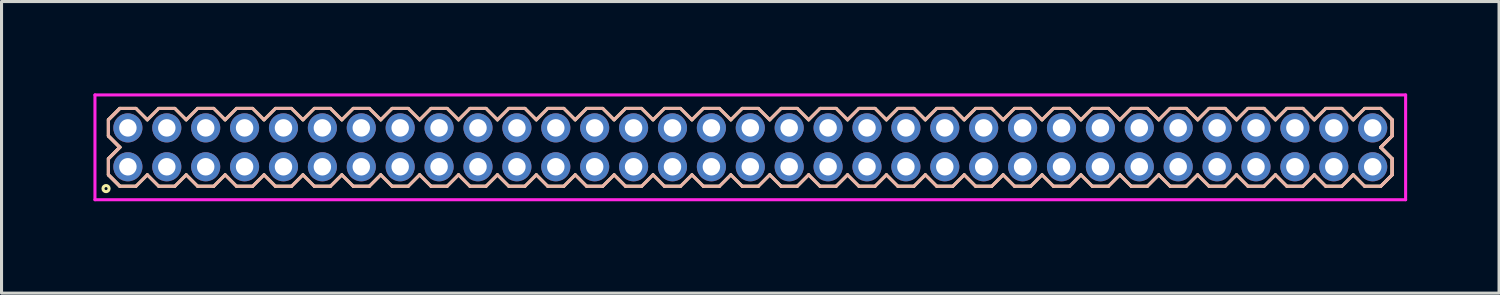
<source format=kicad_pcb>
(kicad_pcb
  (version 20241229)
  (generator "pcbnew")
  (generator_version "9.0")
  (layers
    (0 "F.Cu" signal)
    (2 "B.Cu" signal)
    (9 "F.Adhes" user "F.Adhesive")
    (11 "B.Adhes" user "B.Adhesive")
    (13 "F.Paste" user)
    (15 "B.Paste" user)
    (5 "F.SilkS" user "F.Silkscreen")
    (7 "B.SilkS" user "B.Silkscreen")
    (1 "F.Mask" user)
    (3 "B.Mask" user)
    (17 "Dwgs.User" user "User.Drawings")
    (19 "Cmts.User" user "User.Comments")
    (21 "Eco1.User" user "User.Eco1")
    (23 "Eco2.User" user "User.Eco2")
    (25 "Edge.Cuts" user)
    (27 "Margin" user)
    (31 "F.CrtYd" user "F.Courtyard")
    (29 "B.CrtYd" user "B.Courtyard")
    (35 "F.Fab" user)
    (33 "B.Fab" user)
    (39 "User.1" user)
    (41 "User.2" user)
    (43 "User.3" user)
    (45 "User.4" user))
  (footprint "HDR127P33x2"
    (layer "F.Cu")
    (at 21.445 1.76)
    (property "Reference" "HDR127P33x2" (at 0 0 0) (layer "User.1") (effects (font (size 1 1) (thickness 0.1))))
    (attr through_hole)
    (fp_line (start -20.955 -0.898) (end -20.583 -1.27) (stroke (width 0.1) (type solid)) (layer "F.SilkS"))
    (fp_line (start -20.955 -0.898) (end -20.583 -1.27) (stroke (width 0.1) (type solid)) (layer "F.SilkS"))
    (fp_line (start -20.955 -0.372) (end -20.955 -0.898) (stroke (width 0.1) (type solid)) (layer "F.SilkS"))
    (fp_line (start -20.955 -0.372) (end -20.955 -0.898) (stroke (width 0.1) (type solid)) (layer "F.SilkS"))
    (fp_line (start -20.955 0.372) (end -20.583 0) (stroke (width 0.1) (type solid)) (layer "F.SilkS"))
    (fp_line (start -20.955 0.372) (end -20.583 0) (stroke (width 0.1) (type solid)) (layer "F.SilkS"))
    (fp_line (start -20.955 0.898) (end -20.955 0.372) (stroke (width 0.1) (type solid)) (layer "F.SilkS"))
    (fp_line (start -20.955 0.898) (end -20.955 0.372) (stroke (width 0.1) (type solid)) (layer "F.SilkS"))
    (fp_line (start -20.583 -1.27) (end -20.057 -1.27) (stroke (width 0.1) (type solid)) (layer "F.SilkS"))
    (fp_line (start -20.583 0) (end -20.955 -0.372) (stroke (width 0.1) (type solid)) (layer "F.SilkS"))
    (fp_line (start -20.583 0) (end -20.955 -0.372) (stroke (width 0.1) (type solid)) (layer "F.SilkS"))
    (fp_line (start -20.583 1.27) (end -20.955 0.898) (stroke (width 0.1) (type solid)) (layer "F.SilkS"))
    (fp_line (start -20.583 1.27) (end -20.955 0.898) (stroke (width 0.1) (type solid)) (layer "F.SilkS"))
    (fp_line (start -20.057 -1.27) (end -19.685 -0.898) (stroke (width 0.1) (type solid)) (layer "F.SilkS"))
    (fp_line (start -20.057 1.27) (end -20.583 1.27) (stroke (width 0.1) (type solid)) (layer "F.SilkS"))
    (fp_line (start -19.685 -0.898) (end -19.313 -1.27) (stroke (width 0.1) (type solid)) (layer "F.SilkS"))
    (fp_line (start -19.685 0.898) (end -20.057 1.27) (stroke (width 0.1) (type solid)) (layer "F.SilkS"))
    (fp_line (start -19.313 -1.27) (end -18.787 -1.27) (stroke (width 0.1) (type solid)) (layer "F.SilkS"))
    (fp_line (start -19.313 1.27) (end -19.685 0.898) (stroke (width 0.1) (type solid)) (layer "F.SilkS"))
    (fp_line (start -18.787 -1.27) (end -18.415 -0.898) (stroke (width 0.1) (type solid)) (layer "F.SilkS"))
    (fp_line (start -18.787 1.27) (end -19.313 1.27) (stroke (width 0.1) (type solid)) (layer "F.SilkS"))
    (fp_line (start -18.415 -0.898) (end -18.043 -1.27) (stroke (width 0.1) (type solid)) (layer "F.SilkS"))
    (fp_line (start -18.415 0.898) (end -18.787 1.27) (stroke (width 0.1) (type solid)) (layer "F.SilkS"))
    (fp_line (start -18.043 -1.27) (end -17.517 -1.27) (stroke (width 0.1) (type solid)) (layer "F.SilkS"))
    (fp_line (start -18.043 1.27) (end -18.415 0.898) (stroke (width 0.1) (type solid)) (layer "F.SilkS"))
    (fp_line (start -17.517 -1.27) (end -17.145 -0.898) (stroke (width 0.1) (type solid)) (layer "F.SilkS"))
    (fp_line (start -17.517 1.27) (end -18.043 1.27) (stroke (width 0.1) (type solid)) (layer "F.SilkS"))
    (fp_line (start -17.145 -0.898) (end -16.773 -1.27) (stroke (width 0.1) (type solid)) (layer "F.SilkS"))
    (fp_line (start -17.145 0.898) (end -17.517 1.27) (stroke (width 0.1) (type solid)) (layer "F.SilkS"))
    (fp_line (start -16.773 -1.27) (end -16.247 -1.27) (stroke (width 0.1) (type solid)) (layer "F.SilkS"))
    (fp_line (start -16.773 1.27) (end -17.145 0.898) (stroke (width 0.1) (type solid)) (layer "F.SilkS"))
    (fp_line (start -16.247 -1.27) (end -15.875 -0.898) (stroke (width 0.1) (type solid)) (layer "F.SilkS"))
    (fp_line (start -16.247 1.27) (end -16.773 1.27) (stroke (width 0.1) (type solid)) (layer "F.SilkS"))
    (fp_line (start -15.875 -0.898) (end -15.503 -1.27) (stroke (width 0.1) (type solid)) (layer "F.SilkS"))
    (fp_line (start -15.875 0.898) (end -16.247 1.27) (stroke (width 0.1) (type solid)) (layer "F.SilkS"))
    (fp_line (start -15.503 -1.27) (end -14.977 -1.27) (stroke (width 0.1) (type solid)) (layer "F.SilkS"))
    (fp_line (start -15.503 1.27) (end -15.875 0.898) (stroke (width 0.1) (type solid)) (layer "F.SilkS"))
    (fp_line (start -14.977 -1.27) (end -14.605 -0.898) (stroke (width 0.1) (type solid)) (layer "F.SilkS"))
    (fp_line (start -14.977 1.27) (end -15.503 1.27) (stroke (width 0.1) (type solid)) (layer "F.SilkS"))
    (fp_line (start -14.605 -0.898) (end -14.233 -1.27) (stroke (width 0.1) (type solid)) (layer "F.SilkS"))
    (fp_line (start -14.605 0.898) (end -14.977 1.27) (stroke (width 0.1) (type solid)) (layer "F.SilkS"))
    (fp_line (start -14.233 -1.27) (end -13.707 -1.27) (stroke (width 0.1) (type solid)) (layer "F.SilkS"))
    (fp_line (start -14.233 1.27) (end -14.605 0.898) (stroke (width 0.1) (type solid)) (layer "F.SilkS"))
    (fp_line (start -13.707 -1.27) (end -13.335 -0.898) (stroke (width 0.1) (type solid)) (layer "F.SilkS"))
    (fp_line (start -13.707 1.27) (end -14.233 1.27) (stroke (width 0.1) (type solid)) (layer "F.SilkS"))
    (fp_line (start -13.335 -0.898) (end -12.963 -1.27) (stroke (width 0.1) (type solid)) (layer "F.SilkS"))
    (fp_line (start -13.335 0.898) (end -13.707 1.27) (stroke (width 0.1) (type solid)) (layer "F.SilkS"))
    (fp_line (start -12.963 -1.27) (end -12.437 -1.27) (stroke (width 0.1) (type solid)) (layer "F.SilkS"))
    (fp_line (start -12.963 1.27) (end -13.335 0.898) (stroke (width 0.1) (type solid)) (layer "F.SilkS"))
    (fp_line (start -12.437 -1.27) (end -12.065 -0.898) (stroke (width 0.1) (type solid)) (layer "F.SilkS"))
    (fp_line (start -12.437 1.27) (end -12.963 1.27) (stroke (width 0.1) (type solid)) (layer "F.SilkS"))
    (fp_line (start -12.065 -0.898) (end -11.693 -1.27) (stroke (width 0.1) (type solid)) (layer "F.SilkS"))
    (fp_line (start -12.065 0.898) (end -12.437 1.27) (stroke (width 0.1) (type solid)) (layer "F.SilkS"))
    (fp_line (start -11.693 -1.27) (end -11.167 -1.27) (stroke (width 0.1) (type solid)) (layer "F.SilkS"))
    (fp_line (start -11.693 1.27) (end -12.065 0.898) (stroke (width 0.1) (type solid)) (layer "F.SilkS"))
    (fp_line (start -11.167 -1.27) (end -10.795 -0.898) (stroke (width 0.1) (type solid)) (layer "F.SilkS"))
    (fp_line (start -11.167 1.27) (end -11.693 1.27) (stroke (width 0.1) (type solid)) (layer "F.SilkS"))
    (fp_line (start -10.795 -0.898) (end -10.423 -1.27) (stroke (width 0.1) (type solid)) (layer "F.SilkS"))
    (fp_line (start -10.795 0.898) (end -11.167 1.27) (stroke (width 0.1) (type solid)) (layer "F.SilkS"))
    (fp_line (start -10.423 -1.27) (end -9.897 -1.27) (stroke (width 0.1) (type solid)) (layer "F.SilkS"))
    (fp_line (start -10.423 1.27) (end -10.795 0.898) (stroke (width 0.1) (type solid)) (layer "F.SilkS"))
    (fp_line (start -9.897 -1.27) (end -9.525 -0.898) (stroke (width 0.1) (type solid)) (layer "F.SilkS"))
    (fp_line (start -9.897 1.27) (end -10.423 1.27) (stroke (width 0.1) (type solid)) (layer "F.SilkS"))
    (fp_line (start -9.525 -0.898) (end -9.153 -1.27) (stroke (width 0.1) (type solid)) (layer "F.SilkS"))
    (fp_line (start -9.525 0.898) (end -9.897 1.27) (stroke (width 0.1) (type solid)) (layer "F.SilkS"))
    (fp_line (start -9.153 -1.27) (end -8.627 -1.27) (stroke (width 0.1) (type solid)) (layer "F.SilkS"))
    (fp_line (start -9.153 1.27) (end -9.525 0.898) (stroke (width 0.1) (type solid)) (layer "F.SilkS"))
    (fp_line (start -8.627 -1.27) (end -8.255 -0.898) (stroke (width 0.1) (type solid)) (layer "F.SilkS"))
    (fp_line (start -8.627 1.27) (end -9.153 1.27) (stroke (width 0.1) (type solid)) (layer "F.SilkS"))
    (fp_line (start -8.255 -0.898) (end -7.883 -1.27) (stroke (width 0.1) (type solid)) (layer "F.SilkS"))
    (fp_line (start -8.255 0.898) (end -8.627 1.27) (stroke (width 0.1) (type solid)) (layer "F.SilkS"))
    (fp_line (start -7.883 -1.27) (end -7.357 -1.27) (stroke (width 0.1) (type solid)) (layer "F.SilkS"))
    (fp_line (start -7.883 1.27) (end -8.255 0.898) (stroke (width 0.1) (type solid)) (layer "F.SilkS"))
    (fp_line (start -7.357 -1.27) (end -6.985 -0.898) (stroke (width 0.1) (type solid)) (layer "F.SilkS"))
    (fp_line (start -7.357 1.27) (end -7.883 1.27) (stroke (width 0.1) (type solid)) (layer "F.SilkS"))
    (fp_line (start -6.985 -0.898) (end -6.613 -1.27) (stroke (width 0.1) (type solid)) (layer "F.SilkS"))
    (fp_line (start -6.985 0.898) (end -7.357 1.27) (stroke (width 0.1) (type solid)) (layer "F.SilkS"))
    (fp_line (start -6.613 -1.27) (end -6.087 -1.27) (stroke (width 0.1) (type solid)) (layer "F.SilkS"))
    (fp_line (start -6.613 1.27) (end -6.985 0.898) (stroke (width 0.1) (type solid)) (layer "F.SilkS"))
    (fp_line (start -6.087 -1.27) (end -5.715 -0.898) (stroke (width 0.1) (type solid)) (layer "F.SilkS"))
    (fp_line (start -6.087 1.27) (end -6.613 1.27) (stroke (width 0.1) (type solid)) (layer "F.SilkS"))
    (fp_line (start -5.715 -0.898) (end -5.343 -1.27) (stroke (width 0.1) (type solid)) (layer "F.SilkS"))
    (fp_line (start -5.715 0.898) (end -6.087 1.27) (stroke (width 0.1) (type solid)) (layer "F.SilkS"))
    (fp_line (start -5.343 -1.27) (end -4.817 -1.27) (stroke (width 0.1) (type solid)) (layer "F.SilkS"))
    (fp_line (start -5.343 1.27) (end -5.715 0.898) (stroke (width 0.1) (type solid)) (layer "F.SilkS"))
    (fp_line (start -4.817 -1.27) (end -4.445 -0.898) (stroke (width 0.1) (type solid)) (layer "F.SilkS"))
    (fp_line (start -4.817 1.27) (end -5.343 1.27) (stroke (width 0.1) (type solid)) (layer "F.SilkS"))
    (fp_line (start -4.445 -0.898) (end -4.073 -1.27) (stroke (width 0.1) (type solid)) (layer "F.SilkS"))
    (fp_line (start -4.445 0.898) (end -4.817 1.27) (stroke (width 0.1) (type solid)) (layer "F.SilkS"))
    (fp_line (start -4.073 -1.27) (end -3.547 -1.27) (stroke (width 0.1) (type solid)) (layer "F.SilkS"))
    (fp_line (start -4.073 1.27) (end -4.445 0.898) (stroke (width 0.1) (type solid)) (layer "F.SilkS"))
    (fp_line (start -3.547 -1.27) (end -3.175 -0.898) (stroke (width 0.1) (type solid)) (layer "F.SilkS"))
    (fp_line (start -3.547 1.27) (end -4.073 1.27) (stroke (width 0.1) (type solid)) (layer "F.SilkS"))
    (fp_line (start -3.175 -0.898) (end -2.803 -1.27) (stroke (width 0.1) (type solid)) (layer "F.SilkS"))
    (fp_line (start -3.175 0.898) (end -3.547 1.27) (stroke (width 0.1) (type solid)) (layer "F.SilkS"))
    (fp_line (start -2.803 -1.27) (end -2.277 -1.27) (stroke (width 0.1) (type solid)) (layer "F.SilkS"))
    (fp_line (start -2.803 1.27) (end -3.175 0.898) (stroke (width 0.1) (type solid)) (layer "F.SilkS"))
    (fp_line (start -2.277 -1.27) (end -1.905 -0.898) (stroke (width 0.1) (type solid)) (layer "F.SilkS"))
    (fp_line (start -2.277 1.27) (end -2.803 1.27) (stroke (width 0.1) (type solid)) (layer "F.SilkS"))
    (fp_line (start -1.905 -0.898) (end -1.533 -1.27) (stroke (width 0.1) (type solid)) (layer "F.SilkS"))
    (fp_line (start -1.905 0.898) (end -2.277 1.27) (stroke (width 0.1) (type solid)) (layer "F.SilkS"))
    (fp_line (start -1.533 -1.27) (end -1.007 -1.27) (stroke (width 0.1) (type solid)) (layer "F.SilkS"))
    (fp_line (start -1.533 1.27) (end -1.905 0.898) (stroke (width 0.1) (type solid)) (layer "F.SilkS"))
    (fp_line (start -1.007 -1.27) (end -0.635 -0.898) (stroke (width 0.1) (type solid)) (layer "F.SilkS"))
    (fp_line (start -1.007 1.27) (end -1.533 1.27) (stroke (width 0.1) (type solid)) (layer "F.SilkS"))
    (fp_line (start -0.635 -0.898) (end -0.263 -1.27) (stroke (width 0.1) (type solid)) (layer "F.SilkS"))
    (fp_line (start -0.635 0.898) (end -1.007 1.27) (stroke (width 0.1) (type solid)) (layer "F.SilkS"))
    (fp_line (start -0.263 -1.27) (end 0.263 -1.27) (stroke (width 0.1) (type solid)) (layer "F.SilkS"))
    (fp_line (start -0.263 1.27) (end -0.635 0.898) (stroke (width 0.1) (type solid)) (layer "F.SilkS"))
    (fp_line (start 0.263 -1.27) (end 0.635 -0.898) (stroke (width 0.1) (type solid)) (layer "F.SilkS"))
    (fp_line (start 0.263 1.27) (end -0.263 1.27) (stroke (width 0.1) (type solid)) (layer "F.SilkS"))
    (fp_line (start 0.635 -0.898) (end 1.007 -1.27) (stroke (width 0.1) (type solid)) (layer "F.SilkS"))
    (fp_line (start 0.635 0.898) (end 0.263 1.27) (stroke (width 0.1) (type solid)) (layer "F.SilkS"))
    (fp_line (start 1.007 -1.27) (end 1.533 -1.27) (stroke (width 0.1) (type solid)) (layer "F.SilkS"))
    (fp_line (start 1.007 1.27) (end 0.635 0.898) (stroke (width 0.1) (type solid)) (layer "F.SilkS"))
    (fp_line (start 1.533 -1.27) (end 1.905 -0.898) (stroke (width 0.1) (type solid)) (layer "F.SilkS"))
    (fp_line (start 1.533 1.27) (end 1.007 1.27) (stroke (width 0.1) (type solid)) (layer "F.SilkS"))
    (fp_line (start 1.905 -0.898) (end 2.277 -1.27) (stroke (width 0.1) (type solid)) (layer "F.SilkS"))
    (fp_line (start 1.905 0.898) (end 1.533 1.27) (stroke (width 0.1) (type solid)) (layer "F.SilkS"))
    (fp_line (start 2.277 -1.27) (end 2.803 -1.27) (stroke (width 0.1) (type solid)) (layer "F.SilkS"))
    (fp_line (start 2.277 1.27) (end 1.905 0.898) (stroke (width 0.1) (type solid)) (layer "F.SilkS"))
    (fp_line (start 2.803 -1.27) (end 3.175 -0.898) (stroke (width 0.1) (type solid)) (layer "F.SilkS"))
    (fp_line (start 2.803 1.27) (end 2.277 1.27) (stroke (width 0.1) (type solid)) (layer "F.SilkS"))
    (fp_line (start 3.175 -0.898) (end 3.547 -1.27) (stroke (width 0.1) (type solid)) (layer "F.SilkS"))
    (fp_line (start 3.175 0.898) (end 2.803 1.27) (stroke (width 0.1) (type solid)) (layer "F.SilkS"))
    (fp_line (start 3.547 -1.27) (end 4.073 -1.27) (stroke (width 0.1) (type solid)) (layer "F.SilkS"))
    (fp_line (start 3.547 1.27) (end 3.175 0.898) (stroke (width 0.1) (type solid)) (layer "F.SilkS"))
    (fp_line (start 4.073 -1.27) (end 4.445 -0.898) (stroke (width 0.1) (type solid)) (layer "F.SilkS"))
    (fp_line (start 4.073 1.27) (end 3.547 1.27) (stroke (width 0.1) (type solid)) (layer "F.SilkS"))
    (fp_line (start 4.445 -0.898) (end 4.817 -1.27) (stroke (width 0.1) (type solid)) (layer "F.SilkS"))
    (fp_line (start 4.445 0.898) (end 4.073 1.27) (stroke (width 0.1) (type solid)) (layer "F.SilkS"))
    (fp_line (start 4.817 -1.27) (end 5.343 -1.27) (stroke (width 0.1) (type solid)) (layer "F.SilkS"))
    (fp_line (start 4.817 1.27) (end 4.445 0.898) (stroke (width 0.1) (type solid)) (layer "F.SilkS"))
    (fp_line (start 5.343 -1.27) (end 5.715 -0.898) (stroke (width 0.1) (type solid)) (layer "F.SilkS"))
    (fp_line (start 5.343 1.27) (end 4.817 1.27) (stroke (width 0.1) (type solid)) (layer "F.SilkS"))
    (fp_line (start 5.715 -0.898) (end 6.087 -1.27) (stroke (width 0.1) (type solid)) (layer "F.SilkS"))
    (fp_line (start 5.715 0.898) (end 5.343 1.27) (stroke (width 0.1) (type solid)) (layer "F.SilkS"))
    (fp_line (start 6.087 -1.27) (end 6.613 -1.27) (stroke (width 0.1) (type solid)) (layer "F.SilkS"))
    (fp_line (start 6.087 1.27) (end 5.715 0.898) (stroke (width 0.1) (type solid)) (layer "F.SilkS"))
    (fp_line (start 6.613 -1.27) (end 6.985 -0.898) (stroke (width 0.1) (type solid)) (layer "F.SilkS"))
    (fp_line (start 6.613 1.27) (end 6.087 1.27) (stroke (width 0.1) (type solid)) (layer "F.SilkS"))
    (fp_line (start 6.985 -0.898) (end 7.357 -1.27) (stroke (width 0.1) (type solid)) (layer "F.SilkS"))
    (fp_line (start 6.985 0.898) (end 6.613 1.27) (stroke (width 0.1) (type solid)) (layer "F.SilkS"))
    (fp_line (start 7.357 -1.27) (end 7.883 -1.27) (stroke (width 0.1) (type solid)) (layer "F.SilkS"))
    (fp_line (start 7.357 1.27) (end 6.985 0.898) (stroke (width 0.1) (type solid)) (layer "F.SilkS"))
    (fp_line (start 7.883 -1.27) (end 8.255 -0.898) (stroke (width 0.1) (type solid)) (layer "F.SilkS"))
    (fp_line (start 7.883 1.27) (end 7.357 1.27) (stroke (width 0.1) (type solid)) (layer "F.SilkS"))
    (fp_line (start 8.255 -0.898) (end 8.627 -1.27) (stroke (width 0.1) (type solid)) (layer "F.SilkS"))
    (fp_line (start 8.255 0.898) (end 7.883 1.27) (stroke (width 0.1) (type solid)) (layer "F.SilkS"))
    (fp_line (start 8.627 -1.27) (end 9.153 -1.27) (stroke (width 0.1) (type solid)) (layer "F.SilkS"))
    (fp_line (start 8.627 1.27) (end 8.255 0.898) (stroke (width 0.1) (type solid)) (layer "F.SilkS"))
    (fp_line (start 9.153 -1.27) (end 9.525 -0.898) (stroke (width 0.1) (type solid)) (layer "F.SilkS"))
    (fp_line (start 9.153 1.27) (end 8.627 1.27) (stroke (width 0.1) (type solid)) (layer "F.SilkS"))
    (fp_line (start 9.525 -0.898) (end 9.897 -1.27) (stroke (width 0.1) (type solid)) (layer "F.SilkS"))
    (fp_line (start 9.525 0.898) (end 9.153 1.27) (stroke (width 0.1) (type solid)) (layer "F.SilkS"))
    (fp_line (start 9.897 -1.27) (end 10.423 -1.27) (stroke (width 0.1) (type solid)) (layer "F.SilkS"))
    (fp_line (start 9.897 1.27) (end 9.525 0.898) (stroke (width 0.1) (type solid)) (layer "F.SilkS"))
    (fp_line (start 10.423 -1.27) (end 10.795 -0.898) (stroke (width 0.1) (type solid)) (layer "F.SilkS"))
    (fp_line (start 10.423 1.27) (end 9.897 1.27) (stroke (width 0.1) (type solid)) (layer "F.SilkS"))
    (fp_line (start 10.795 -0.898) (end 11.167 -1.27) (stroke (width 0.1) (type solid)) (layer "F.SilkS"))
    (fp_line (start 10.795 0.898) (end 10.423 1.27) (stroke (width 0.1) (type solid)) (layer "F.SilkS"))
    (fp_line (start 11.167 -1.27) (end 11.693 -1.27) (stroke (width 0.1) (type solid)) (layer "F.SilkS"))
    (fp_line (start 11.167 1.27) (end 10.795 0.898) (stroke (width 0.1) (type solid)) (layer "F.SilkS"))
    (fp_line (start 11.693 -1.27) (end 12.065 -0.898) (stroke (width 0.1) (type solid)) (layer "F.SilkS"))
    (fp_line (start 11.693 1.27) (end 11.167 1.27) (stroke (width 0.1) (type solid)) (layer "F.SilkS"))
    (fp_line (start 12.065 -0.898) (end 12.437 -1.27) (stroke (width 0.1) (type solid)) (layer "F.SilkS"))
    (fp_line (start 12.065 0.898) (end 11.693 1.27) (stroke (width 0.1) (type solid)) (layer "F.SilkS"))
    (fp_line (start 12.437 -1.27) (end 12.963 -1.27) (stroke (width 0.1) (type solid)) (layer "F.SilkS"))
    (fp_line (start 12.437 1.27) (end 12.065 0.898) (stroke (width 0.1) (type solid)) (layer "F.SilkS"))
    (fp_line (start 12.963 -1.27) (end 13.335 -0.898) (stroke (width 0.1) (type solid)) (layer "F.SilkS"))
    (fp_line (start 12.963 1.27) (end 12.437 1.27) (stroke (width 0.1) (type solid)) (layer "F.SilkS"))
    (fp_line (start 13.335 -0.898) (end 13.707 -1.27) (stroke (width 0.1) (type solid)) (layer "F.SilkS"))
    (fp_line (start 13.335 0.898) (end 12.963 1.27) (stroke (width 0.1) (type solid)) (layer "F.SilkS"))
    (fp_line (start 13.707 -1.27) (end 14.233 -1.27) (stroke (width 0.1) (type solid)) (layer "F.SilkS"))
    (fp_line (start 13.707 1.27) (end 13.335 0.898) (stroke (width 0.1) (type solid)) (layer "F.SilkS"))
    (fp_line (start 14.233 -1.27) (end 14.605 -0.898) (stroke (width 0.1) (type solid)) (layer "F.SilkS"))
    (fp_line (start 14.233 1.27) (end 13.707 1.27) (stroke (width 0.1) (type solid)) (layer "F.SilkS"))
    (fp_line (start 14.605 -0.898) (end 14.977 -1.27) (stroke (width 0.1) (type solid)) (layer "F.SilkS"))
    (fp_line (start 14.605 0.898) (end 14.233 1.27) (stroke (width 0.1) (type solid)) (layer "F.SilkS"))
    (fp_line (start 14.977 -1.27) (end 15.503 -1.27) (stroke (width 0.1) (type solid)) (layer "F.SilkS"))
    (fp_line (start 14.977 1.27) (end 14.605 0.898) (stroke (width 0.1) (type solid)) (layer "F.SilkS"))
    (fp_line (start 15.503 -1.27) (end 15.875 -0.898) (stroke (width 0.1) (type solid)) (layer "F.SilkS"))
    (fp_line (start 15.503 1.27) (end 14.977 1.27) (stroke (width 0.1) (type solid)) (layer "F.SilkS"))
    (fp_line (start 15.875 -0.898) (end 16.247 -1.27) (stroke (width 0.1) (type solid)) (layer "F.SilkS"))
    (fp_line (start 15.875 0.898) (end 15.503 1.27) (stroke (width 0.1) (type solid)) (layer "F.SilkS"))
    (fp_line (start 16.247 -1.27) (end 16.773 -1.27) (stroke (width 0.1) (type solid)) (layer "F.SilkS"))
    (fp_line (start 16.247 1.27) (end 15.875 0.898) (stroke (width 0.1) (type solid)) (layer "F.SilkS"))
    (fp_line (start 16.773 -1.27) (end 17.145 -0.898) (stroke (width 0.1) (type solid)) (layer "F.SilkS"))
    (fp_line (start 16.773 1.27) (end 16.247 1.27) (stroke (width 0.1) (type solid)) (layer "F.SilkS"))
    (fp_line (start 17.145 -0.898) (end 17.517 -1.27) (stroke (width 0.1) (type solid)) (layer "F.SilkS"))
    (fp_line (start 17.145 0.898) (end 16.773 1.27) (stroke (width 0.1) (type solid)) (layer "F.SilkS"))
    (fp_line (start 17.517 -1.27) (end 18.043 -1.27) (stroke (width 0.1) (type solid)) (layer "F.SilkS"))
    (fp_line (start 17.517 1.27) (end 17.145 0.898) (stroke (width 0.1) (type solid)) (layer "F.SilkS"))
    (fp_line (start 18.043 -1.27) (end 18.415 -0.898) (stroke (width 0.1) (type solid)) (layer "F.SilkS"))
    (fp_line (start 18.043 1.27) (end 17.517 1.27) (stroke (width 0.1) (type solid)) (layer "F.SilkS"))
    (fp_line (start 18.415 -0.898) (end 18.787 -1.27) (stroke (width 0.1) (type solid)) (layer "F.SilkS"))
    (fp_line (start 18.415 0.898) (end 18.043 1.27) (stroke (width 0.1) (type solid)) (layer "F.SilkS"))
    (fp_line (start 18.787 -1.27) (end 19.313 -1.27) (stroke (width 0.1) (type solid)) (layer "F.SilkS"))
    (fp_line (start 18.787 1.27) (end 18.415 0.898) (stroke (width 0.1) (type solid)) (layer "F.SilkS"))
    (fp_line (start 19.313 -1.27) (end 19.685 -0.898) (stroke (width 0.1) (type solid)) (layer "F.SilkS"))
    (fp_line (start 19.313 1.27) (end 18.787 1.27) (stroke (width 0.1) (type solid)) (layer "F.SilkS"))
    (fp_line (start 19.685 -0.898) (end 20.057 -1.27) (stroke (width 0.1) (type solid)) (layer "F.SilkS"))
    (fp_line (start 19.685 0.898) (end 19.313 1.27) (stroke (width 0.1) (type solid)) (layer "F.SilkS"))
    (fp_line (start 20.057 -1.27) (end 20.583 -1.27) (stroke (width 0.1) (type solid)) (layer "F.SilkS"))
    (fp_line (start 20.057 1.27) (end 19.685 0.898) (stroke (width 0.1) (type solid)) (layer "F.SilkS"))
    (fp_line (start 20.583 -1.27) (end 20.955 -0.898) (stroke (width 0.1) (type solid)) (layer "F.SilkS"))
    (fp_line (start 20.583 -1.27) (end 20.955 -0.898) (stroke (width 0.1) (type solid)) (layer "F.SilkS"))
    (fp_line (start 20.583 0) (end 20.955 0.372) (stroke (width 0.1) (type solid)) (layer "F.SilkS"))
    (fp_line (start 20.583 0) (end 20.955 0.372) (stroke (width 0.1) (type solid)) (layer "F.SilkS"))
    (fp_line (start 20.583 1.27) (end 20.057 1.27) (stroke (width 0.1) (type solid)) (layer "F.SilkS"))
    (fp_line (start 20.955 -0.898) (end 20.955 -0.372) (stroke (width 0.1) (type solid)) (layer "F.SilkS"))
    (fp_line (start 20.955 -0.898) (end 20.955 -0.372) (stroke (width 0.1) (type solid)) (layer "F.SilkS"))
    (fp_line (start 20.955 -0.372) (end 20.583 0) (stroke (width 0.1) (type solid)) (layer "F.SilkS"))
    (fp_line (start 20.955 -0.372) (end 20.583 0) (stroke (width 0.1) (type solid)) (layer "F.SilkS"))
    (fp_line (start 20.955 0.372) (end 20.955 0.898) (stroke (width 0.1) (type solid)) (layer "F.SilkS"))
    (fp_line (start 20.955 0.372) (end 20.955 0.898) (stroke (width 0.1) (type solid)) (layer "F.SilkS"))
    (fp_line (start 20.955 0.898) (end 20.583 1.27) (stroke (width 0.1) (type solid)) (layer "F.SilkS"))
    (fp_line (start 20.955 0.898) (end 20.583 1.27) (stroke (width 0.1) (type solid)) (layer "F.SilkS"))
    (fp_circle (center -21.033 1.347) (end -20.933 1.347) (stroke (width 0.1) (type solid)) (fill no) (layer "F.SilkS"))
    (fp_line (start -20.955 -0.898) (end -20.583 -1.27) (stroke (width 0.1) (type solid)) (layer "B.SilkS"))
    (fp_line (start -20.955 -0.898) (end -20.583 -1.27) (stroke (width 0.1) (type solid)) (layer "B.SilkS"))
    (fp_line (start -20.955 -0.372) (end -20.955 -0.898) (stroke (width 0.1) (type solid)) (layer "B.SilkS"))
    (fp_line (start -20.955 -0.372) (end -20.955 -0.898) (stroke (width 0.1) (type solid)) (layer "B.SilkS"))
    (fp_line (start -20.955 0.372) (end -20.583 0) (stroke (width 0.1) (type solid)) (layer "B.SilkS"))
    (fp_line (start -20.955 0.372) (end -20.583 0) (stroke (width 0.1) (type solid)) (layer "B.SilkS"))
    (fp_line (start -20.955 0.898) (end -20.955 0.372) (stroke (width 0.1) (type solid)) (layer "B.SilkS"))
    (fp_line (start -20.955 0.898) (end -20.955 0.372) (stroke (width 0.1) (type solid)) (layer "B.SilkS"))
    (fp_line (start -20.583 -1.27) (end -20.057 -1.27) (stroke (width 0.1) (type solid)) (layer "B.SilkS"))
    (fp_line (start -20.583 0) (end -20.955 -0.372) (stroke (width 0.1) (type solid)) (layer "B.SilkS"))
    (fp_line (start -20.583 0) (end -20.955 -0.372) (stroke (width 0.1) (type solid)) (layer "B.SilkS"))
    (fp_line (start -20.583 1.27) (end -20.955 0.898) (stroke (width 0.1) (type solid)) (layer "B.SilkS"))
    (fp_line (start -20.583 1.27) (end -20.955 0.898) (stroke (width 0.1) (type solid)) (layer "B.SilkS"))
    (fp_line (start -20.057 -1.27) (end -19.685 -0.898) (stroke (width 0.1) (type solid)) (layer "B.SilkS"))
    (fp_line (start -20.057 1.27) (end -20.583 1.27) (stroke (width 0.1) (type solid)) (layer "B.SilkS"))
    (fp_line (start -19.685 -0.898) (end -19.313 -1.27) (stroke (width 0.1) (type solid)) (layer "B.SilkS"))
    (fp_line (start -19.685 0.898) (end -20.057 1.27) (stroke (width 0.1) (type solid)) (layer "B.SilkS"))
    (fp_line (start -19.313 -1.27) (end -18.787 -1.27) (stroke (width 0.1) (type solid)) (layer "B.SilkS"))
    (fp_line (start -19.313 1.27) (end -19.685 0.898) (stroke (width 0.1) (type solid)) (layer "B.SilkS"))
    (fp_line (start -18.787 -1.27) (end -18.415 -0.898) (stroke (width 0.1) (type solid)) (layer "B.SilkS"))
    (fp_line (start -18.787 1.27) (end -19.313 1.27) (stroke (width 0.1) (type solid)) (layer "B.SilkS"))
    (fp_line (start -18.415 -0.898) (end -18.043 -1.27) (stroke (width 0.1) (type solid)) (layer "B.SilkS"))
    (fp_line (start -18.415 0.898) (end -18.787 1.27) (stroke (width 0.1) (type solid)) (layer "B.SilkS"))
    (fp_line (start -18.043 -1.27) (end -17.517 -1.27) (stroke (width 0.1) (type solid)) (layer "B.SilkS"))
    (fp_line (start -18.043 1.27) (end -18.415 0.898) (stroke (width 0.1) (type solid)) (layer "B.SilkS"))
    (fp_line (start -17.517 -1.27) (end -17.145 -0.898) (stroke (width 0.1) (type solid)) (layer "B.SilkS"))
    (fp_line (start -17.517 1.27) (end -18.043 1.27) (stroke (width 0.1) (type solid)) (layer "B.SilkS"))
    (fp_line (start -17.145 -0.898) (end -16.773 -1.27) (stroke (width 0.1) (type solid)) (layer "B.SilkS"))
    (fp_line (start -17.145 0.898) (end -17.517 1.27) (stroke (width 0.1) (type solid)) (layer "B.SilkS"))
    (fp_line (start -16.773 -1.27) (end -16.247 -1.27) (stroke (width 0.1) (type solid)) (layer "B.SilkS"))
    (fp_line (start -16.773 1.27) (end -17.145 0.898) (stroke (width 0.1) (type solid)) (layer "B.SilkS"))
    (fp_line (start -16.247 -1.27) (end -15.875 -0.898) (stroke (width 0.1) (type solid)) (layer "B.SilkS"))
    (fp_line (start -16.247 1.27) (end -16.773 1.27) (stroke (width 0.1) (type solid)) (layer "B.SilkS"))
    (fp_line (start -15.875 -0.898) (end -15.503 -1.27) (stroke (width 0.1) (type solid)) (layer "B.SilkS"))
    (fp_line (start -15.875 0.898) (end -16.247 1.27) (stroke (width 0.1) (type solid)) (layer "B.SilkS"))
    (fp_line (start -15.503 -1.27) (end -14.977 -1.27) (stroke (width 0.1) (type solid)) (layer "B.SilkS"))
    (fp_line (start -15.503 1.27) (end -15.875 0.898) (stroke (width 0.1) (type solid)) (layer "B.SilkS"))
    (fp_line (start -14.977 -1.27) (end -14.605 -0.898) (stroke (width 0.1) (type solid)) (layer "B.SilkS"))
    (fp_line (start -14.977 1.27) (end -15.503 1.27) (stroke (width 0.1) (type solid)) (layer "B.SilkS"))
    (fp_line (start -14.605 -0.898) (end -14.233 -1.27) (stroke (width 0.1) (type solid)) (layer "B.SilkS"))
    (fp_line (start -14.605 0.898) (end -14.977 1.27) (stroke (width 0.1) (type solid)) (layer "B.SilkS"))
    (fp_line (start -14.233 -1.27) (end -13.707 -1.27) (stroke (width 0.1) (type solid)) (layer "B.SilkS"))
    (fp_line (start -14.233 1.27) (end -14.605 0.898) (stroke (width 0.1) (type solid)) (layer "B.SilkS"))
    (fp_line (start -13.707 -1.27) (end -13.335 -0.898) (stroke (width 0.1) (type solid)) (layer "B.SilkS"))
    (fp_line (start -13.707 1.27) (end -14.233 1.27) (stroke (width 0.1) (type solid)) (layer "B.SilkS"))
    (fp_line (start -13.335 -0.898) (end -12.963 -1.27) (stroke (width 0.1) (type solid)) (layer "B.SilkS"))
    (fp_line (start -13.335 0.898) (end -13.707 1.27) (stroke (width 0.1) (type solid)) (layer "B.SilkS"))
    (fp_line (start -12.963 -1.27) (end -12.437 -1.27) (stroke (width 0.1) (type solid)) (layer "B.SilkS"))
    (fp_line (start -12.963 1.27) (end -13.335 0.898) (stroke (width 0.1) (type solid)) (layer "B.SilkS"))
    (fp_line (start -12.437 -1.27) (end -12.065 -0.898) (stroke (width 0.1) (type solid)) (layer "B.SilkS"))
    (fp_line (start -12.437 1.27) (end -12.963 1.27) (stroke (width 0.1) (type solid)) (layer "B.SilkS"))
    (fp_line (start -12.065 -0.898) (end -11.693 -1.27) (stroke (width 0.1) (type solid)) (layer "B.SilkS"))
    (fp_line (start -12.065 0.898) (end -12.437 1.27) (stroke (width 0.1) (type solid)) (layer "B.SilkS"))
    (fp_line (start -11.693 -1.27) (end -11.167 -1.27) (stroke (width 0.1) (type solid)) (layer "B.SilkS"))
    (fp_line (start -11.693 1.27) (end -12.065 0.898) (stroke (width 0.1) (type solid)) (layer "B.SilkS"))
    (fp_line (start -11.167 -1.27) (end -10.795 -0.898) (stroke (width 0.1) (type solid)) (layer "B.SilkS"))
    (fp_line (start -11.167 1.27) (end -11.693 1.27) (stroke (width 0.1) (type solid)) (layer "B.SilkS"))
    (fp_line (start -10.795 -0.898) (end -10.423 -1.27) (stroke (width 0.1) (type solid)) (layer "B.SilkS"))
    (fp_line (start -10.795 0.898) (end -11.167 1.27) (stroke (width 0.1) (type solid)) (layer "B.SilkS"))
    (fp_line (start -10.423 -1.27) (end -9.897 -1.27) (stroke (width 0.1) (type solid)) (layer "B.SilkS"))
    (fp_line (start -10.423 1.27) (end -10.795 0.898) (stroke (width 0.1) (type solid)) (layer "B.SilkS"))
    (fp_line (start -9.897 -1.27) (end -9.525 -0.898) (stroke (width 0.1) (type solid)) (layer "B.SilkS"))
    (fp_line (start -9.897 1.27) (end -10.423 1.27) (stroke (width 0.1) (type solid)) (layer "B.SilkS"))
    (fp_line (start -9.525 -0.898) (end -9.153 -1.27) (stroke (width 0.1) (type solid)) (layer "B.SilkS"))
    (fp_line (start -9.525 0.898) (end -9.897 1.27) (stroke (width 0.1) (type solid)) (layer "B.SilkS"))
    (fp_line (start -9.153 -1.27) (end -8.627 -1.27) (stroke (width 0.1) (type solid)) (layer "B.SilkS"))
    (fp_line (start -9.153 1.27) (end -9.525 0.898) (stroke (width 0.1) (type solid)) (layer "B.SilkS"))
    (fp_line (start -8.627 -1.27) (end -8.255 -0.898) (stroke (width 0.1) (type solid)) (layer "B.SilkS"))
    (fp_line (start -8.627 1.27) (end -9.153 1.27) (stroke (width 0.1) (type solid)) (layer "B.SilkS"))
    (fp_line (start -8.255 -0.898) (end -7.883 -1.27) (stroke (width 0.1) (type solid)) (layer "B.SilkS"))
    (fp_line (start -8.255 0.898) (end -8.627 1.27) (stroke (width 0.1) (type solid)) (layer "B.SilkS"))
    (fp_line (start -7.883 -1.27) (end -7.357 -1.27) (stroke (width 0.1) (type solid)) (layer "B.SilkS"))
    (fp_line (start -7.883 1.27) (end -8.255 0.898) (stroke (width 0.1) (type solid)) (layer "B.SilkS"))
    (fp_line (start -7.357 -1.27) (end -6.985 -0.898) (stroke (width 0.1) (type solid)) (layer "B.SilkS"))
    (fp_line (start -7.357 1.27) (end -7.883 1.27) (stroke (width 0.1) (type solid)) (layer "B.SilkS"))
    (fp_line (start -6.985 -0.898) (end -6.613 -1.27) (stroke (width 0.1) (type solid)) (layer "B.SilkS"))
    (fp_line (start -6.985 0.898) (end -7.357 1.27) (stroke (width 0.1) (type solid)) (layer "B.SilkS"))
    (fp_line (start -6.613 -1.27) (end -6.087 -1.27) (stroke (width 0.1) (type solid)) (layer "B.SilkS"))
    (fp_line (start -6.613 1.27) (end -6.985 0.898) (stroke (width 0.1) (type solid)) (layer "B.SilkS"))
    (fp_line (start -6.087 -1.27) (end -5.715 -0.898) (stroke (width 0.1) (type solid)) (layer "B.SilkS"))
    (fp_line (start -6.087 1.27) (end -6.613 1.27) (stroke (width 0.1) (type solid)) (layer "B.SilkS"))
    (fp_line (start -5.715 -0.898) (end -5.343 -1.27) (stroke (width 0.1) (type solid)) (layer "B.SilkS"))
    (fp_line (start -5.715 0.898) (end -6.087 1.27) (stroke (width 0.1) (type solid)) (layer "B.SilkS"))
    (fp_line (start -5.343 -1.27) (end -4.817 -1.27) (stroke (width 0.1) (type solid)) (layer "B.SilkS"))
    (fp_line (start -5.343 1.27) (end -5.715 0.898) (stroke (width 0.1) (type solid)) (layer "B.SilkS"))
    (fp_line (start -4.817 -1.27) (end -4.445 -0.898) (stroke (width 0.1) (type solid)) (layer "B.SilkS"))
    (fp_line (start -4.817 1.27) (end -5.343 1.27) (stroke (width 0.1) (type solid)) (layer "B.SilkS"))
    (fp_line (start -4.445 -0.898) (end -4.073 -1.27) (stroke (width 0.1) (type solid)) (layer "B.SilkS"))
    (fp_line (start -4.445 0.898) (end -4.817 1.27) (stroke (width 0.1) (type solid)) (layer "B.SilkS"))
    (fp_line (start -4.073 -1.27) (end -3.547 -1.27) (stroke (width 0.1) (type solid)) (layer "B.SilkS"))
    (fp_line (start -4.073 1.27) (end -4.445 0.898) (stroke (width 0.1) (type solid)) (layer "B.SilkS"))
    (fp_line (start -3.547 -1.27) (end -3.175 -0.898) (stroke (width 0.1) (type solid)) (layer "B.SilkS"))
    (fp_line (start -3.547 1.27) (end -4.073 1.27) (stroke (width 0.1) (type solid)) (layer "B.SilkS"))
    (fp_line (start -3.175 -0.898) (end -2.803 -1.27) (stroke (width 0.1) (type solid)) (layer "B.SilkS"))
    (fp_line (start -3.175 0.898) (end -3.547 1.27) (stroke (width 0.1) (type solid)) (layer "B.SilkS"))
    (fp_line (start -2.803 -1.27) (end -2.277 -1.27) (stroke (width 0.1) (type solid)) (layer "B.SilkS"))
    (fp_line (start -2.803 1.27) (end -3.175 0.898) (stroke (width 0.1) (type solid)) (layer "B.SilkS"))
    (fp_line (start -2.277 -1.27) (end -1.905 -0.898) (stroke (width 0.1) (type solid)) (layer "B.SilkS"))
    (fp_line (start -2.277 1.27) (end -2.803 1.27) (stroke (width 0.1) (type solid)) (layer "B.SilkS"))
    (fp_line (start -1.905 -0.898) (end -1.533 -1.27) (stroke (width 0.1) (type solid)) (layer "B.SilkS"))
    (fp_line (start -1.905 0.898) (end -2.277 1.27) (stroke (width 0.1) (type solid)) (layer "B.SilkS"))
    (fp_line (start -1.533 -1.27) (end -1.007 -1.27) (stroke (width 0.1) (type solid)) (layer "B.SilkS"))
    (fp_line (start -1.533 1.27) (end -1.905 0.898) (stroke (width 0.1) (type solid)) (layer "B.SilkS"))
    (fp_line (start -1.007 -1.27) (end -0.635 -0.898) (stroke (width 0.1) (type solid)) (layer "B.SilkS"))
    (fp_line (start -1.007 1.27) (end -1.533 1.27) (stroke (width 0.1) (type solid)) (layer "B.SilkS"))
    (fp_line (start -0.635 -0.898) (end -0.263 -1.27) (stroke (width 0.1) (type solid)) (layer "B.SilkS"))
    (fp_line (start -0.635 0.898) (end -1.007 1.27) (stroke (width 0.1) (type solid)) (layer "B.SilkS"))
    (fp_line (start -0.263 -1.27) (end 0.263 -1.27) (stroke (width 0.1) (type solid)) (layer "B.SilkS"))
    (fp_line (start -0.263 1.27) (end -0.635 0.898) (stroke (width 0.1) (type solid)) (layer "B.SilkS"))
    (fp_line (start 0.263 -1.27) (end 0.635 -0.898) (stroke (width 0.1) (type solid)) (layer "B.SilkS"))
    (fp_line (start 0.263 1.27) (end -0.263 1.27) (stroke (width 0.1) (type solid)) (layer "B.SilkS"))
    (fp_line (start 0.635 -0.898) (end 1.007 -1.27) (stroke (width 0.1) (type solid)) (layer "B.SilkS"))
    (fp_line (start 0.635 0.898) (end 0.263 1.27) (stroke (width 0.1) (type solid)) (layer "B.SilkS"))
    (fp_line (start 1.007 -1.27) (end 1.533 -1.27) (stroke (width 0.1) (type solid)) (layer "B.SilkS"))
    (fp_line (start 1.007 1.27) (end 0.635 0.898) (stroke (width 0.1) (type solid)) (layer "B.SilkS"))
    (fp_line (start 1.533 -1.27) (end 1.905 -0.898) (stroke (width 0.1) (type solid)) (layer "B.SilkS"))
    (fp_line (start 1.533 1.27) (end 1.007 1.27) (stroke (width 0.1) (type solid)) (layer "B.SilkS"))
    (fp_line (start 1.905 -0.898) (end 2.277 -1.27) (stroke (width 0.1) (type solid)) (layer "B.SilkS"))
    (fp_line (start 1.905 0.898) (end 1.533 1.27) (stroke (width 0.1) (type solid)) (layer "B.SilkS"))
    (fp_line (start 2.277 -1.27) (end 2.803 -1.27) (stroke (width 0.1) (type solid)) (layer "B.SilkS"))
    (fp_line (start 2.277 1.27) (end 1.905 0.898) (stroke (width 0.1) (type solid)) (layer "B.SilkS"))
    (fp_line (start 2.803 -1.27) (end 3.175 -0.898) (stroke (width 0.1) (type solid)) (layer "B.SilkS"))
    (fp_line (start 2.803 1.27) (end 2.277 1.27) (stroke (width 0.1) (type solid)) (layer "B.SilkS"))
    (fp_line (start 3.175 -0.898) (end 3.547 -1.27) (stroke (width 0.1) (type solid)) (layer "B.SilkS"))
    (fp_line (start 3.175 0.898) (end 2.803 1.27) (stroke (width 0.1) (type solid)) (layer "B.SilkS"))
    (fp_line (start 3.547 -1.27) (end 4.073 -1.27) (stroke (width 0.1) (type solid)) (layer "B.SilkS"))
    (fp_line (start 3.547 1.27) (end 3.175 0.898) (stroke (width 0.1) (type solid)) (layer "B.SilkS"))
    (fp_line (start 4.073 -1.27) (end 4.445 -0.898) (stroke (width 0.1) (type solid)) (layer "B.SilkS"))
    (fp_line (start 4.073 1.27) (end 3.547 1.27) (stroke (width 0.1) (type solid)) (layer "B.SilkS"))
    (fp_line (start 4.445 -0.898) (end 4.817 -1.27) (stroke (width 0.1) (type solid)) (layer "B.SilkS"))
    (fp_line (start 4.445 0.898) (end 4.073 1.27) (stroke (width 0.1) (type solid)) (layer "B.SilkS"))
    (fp_line (start 4.817 -1.27) (end 5.343 -1.27) (stroke (width 0.1) (type solid)) (layer "B.SilkS"))
    (fp_line (start 4.817 1.27) (end 4.445 0.898) (stroke (width 0.1) (type solid)) (layer "B.SilkS"))
    (fp_line (start 5.343 -1.27) (end 5.715 -0.898) (stroke (width 0.1) (type solid)) (layer "B.SilkS"))
    (fp_line (start 5.343 1.27) (end 4.817 1.27) (stroke (width 0.1) (type solid)) (layer "B.SilkS"))
    (fp_line (start 5.715 -0.898) (end 6.087 -1.27) (stroke (width 0.1) (type solid)) (layer "B.SilkS"))
    (fp_line (start 5.715 0.898) (end 5.343 1.27) (stroke (width 0.1) (type solid)) (layer "B.SilkS"))
    (fp_line (start 6.087 -1.27) (end 6.613 -1.27) (stroke (width 0.1) (type solid)) (layer "B.SilkS"))
    (fp_line (start 6.087 1.27) (end 5.715 0.898) (stroke (width 0.1) (type solid)) (layer "B.SilkS"))
    (fp_line (start 6.613 -1.27) (end 6.985 -0.898) (stroke (width 0.1) (type solid)) (layer "B.SilkS"))
    (fp_line (start 6.613 1.27) (end 6.087 1.27) (stroke (width 0.1) (type solid)) (layer "B.SilkS"))
    (fp_line (start 6.985 -0.898) (end 7.357 -1.27) (stroke (width 0.1) (type solid)) (layer "B.SilkS"))
    (fp_line (start 6.985 0.898) (end 6.613 1.27) (stroke (width 0.1) (type solid)) (layer "B.SilkS"))
    (fp_line (start 7.357 -1.27) (end 7.883 -1.27) (stroke (width 0.1) (type solid)) (layer "B.SilkS"))
    (fp_line (start 7.357 1.27) (end 6.985 0.898) (stroke (width 0.1) (type solid)) (layer "B.SilkS"))
    (fp_line (start 7.883 -1.27) (end 8.255 -0.898) (stroke (width 0.1) (type solid)) (layer "B.SilkS"))
    (fp_line (start 7.883 1.27) (end 7.357 1.27) (stroke (width 0.1) (type solid)) (layer "B.SilkS"))
    (fp_line (start 8.255 -0.898) (end 8.627 -1.27) (stroke (width 0.1) (type solid)) (layer "B.SilkS"))
    (fp_line (start 8.255 0.898) (end 7.883 1.27) (stroke (width 0.1) (type solid)) (layer "B.SilkS"))
    (fp_line (start 8.627 -1.27) (end 9.153 -1.27) (stroke (width 0.1) (type solid)) (layer "B.SilkS"))
    (fp_line (start 8.627 1.27) (end 8.255 0.898) (stroke (width 0.1) (type solid)) (layer "B.SilkS"))
    (fp_line (start 9.153 -1.27) (end 9.525 -0.898) (stroke (width 0.1) (type solid)) (layer "B.SilkS"))
    (fp_line (start 9.153 1.27) (end 8.627 1.27) (stroke (width 0.1) (type solid)) (layer "B.SilkS"))
    (fp_line (start 9.525 -0.898) (end 9.897 -1.27) (stroke (width 0.1) (type solid)) (layer "B.SilkS"))
    (fp_line (start 9.525 0.898) (end 9.153 1.27) (stroke (width 0.1) (type solid)) (layer "B.SilkS"))
    (fp_line (start 9.897 -1.27) (end 10.423 -1.27) (stroke (width 0.1) (type solid)) (layer "B.SilkS"))
    (fp_line (start 9.897 1.27) (end 9.525 0.898) (stroke (width 0.1) (type solid)) (layer "B.SilkS"))
    (fp_line (start 10.423 -1.27) (end 10.795 -0.898) (stroke (width 0.1) (type solid)) (layer "B.SilkS"))
    (fp_line (start 10.423 1.27) (end 9.897 1.27) (stroke (width 0.1) (type solid)) (layer "B.SilkS"))
    (fp_line (start 10.795 -0.898) (end 11.167 -1.27) (stroke (width 0.1) (type solid)) (layer "B.SilkS"))
    (fp_line (start 10.795 0.898) (end 10.423 1.27) (stroke (width 0.1) (type solid)) (layer "B.SilkS"))
    (fp_line (start 11.167 -1.27) (end 11.693 -1.27) (stroke (width 0.1) (type solid)) (layer "B.SilkS"))
    (fp_line (start 11.167 1.27) (end 10.795 0.898) (stroke (width 0.1) (type solid)) (layer "B.SilkS"))
    (fp_line (start 11.693 -1.27) (end 12.065 -0.898) (stroke (width 0.1) (type solid)) (layer "B.SilkS"))
    (fp_line (start 11.693 1.27) (end 11.167 1.27) (stroke (width 0.1) (type solid)) (layer "B.SilkS"))
    (fp_line (start 12.065 -0.898) (end 12.437 -1.27) (stroke (width 0.1) (type solid)) (layer "B.SilkS"))
    (fp_line (start 12.065 0.898) (end 11.693 1.27) (stroke (width 0.1) (type solid)) (layer "B.SilkS"))
    (fp_line (start 12.437 -1.27) (end 12.963 -1.27) (stroke (width 0.1) (type solid)) (layer "B.SilkS"))
    (fp_line (start 12.437 1.27) (end 12.065 0.898) (stroke (width 0.1) (type solid)) (layer "B.SilkS"))
    (fp_line (start 12.963 -1.27) (end 13.335 -0.898) (stroke (width 0.1) (type solid)) (layer "B.SilkS"))
    (fp_line (start 12.963 1.27) (end 12.437 1.27) (stroke (width 0.1) (type solid)) (layer "B.SilkS"))
    (fp_line (start 13.335 -0.898) (end 13.707 -1.27) (stroke (width 0.1) (type solid)) (layer "B.SilkS"))
    (fp_line (start 13.335 0.898) (end 12.963 1.27) (stroke (width 0.1) (type solid)) (layer "B.SilkS"))
    (fp_line (start 13.707 -1.27) (end 14.233 -1.27) (stroke (width 0.1) (type solid)) (layer "B.SilkS"))
    (fp_line (start 13.707 1.27) (end 13.335 0.898) (stroke (width 0.1) (type solid)) (layer "B.SilkS"))
    (fp_line (start 14.233 -1.27) (end 14.605 -0.898) (stroke (width 0.1) (type solid)) (layer "B.SilkS"))
    (fp_line (start 14.233 1.27) (end 13.707 1.27) (stroke (width 0.1) (type solid)) (layer "B.SilkS"))
    (fp_line (start 14.605 -0.898) (end 14.977 -1.27) (stroke (width 0.1) (type solid)) (layer "B.SilkS"))
    (fp_line (start 14.605 0.898) (end 14.233 1.27) (stroke (width 0.1) (type solid)) (layer "B.SilkS"))
    (fp_line (start 14.977 -1.27) (end 15.503 -1.27) (stroke (width 0.1) (type solid)) (layer "B.SilkS"))
    (fp_line (start 14.977 1.27) (end 14.605 0.898) (stroke (width 0.1) (type solid)) (layer "B.SilkS"))
    (fp_line (start 15.503 -1.27) (end 15.875 -0.898) (stroke (width 0.1) (type solid)) (layer "B.SilkS"))
    (fp_line (start 15.503 1.27) (end 14.977 1.27) (stroke (width 0.1) (type solid)) (layer "B.SilkS"))
    (fp_line (start 15.875 -0.898) (end 16.247 -1.27) (stroke (width 0.1) (type solid)) (layer "B.SilkS"))
    (fp_line (start 15.875 0.898) (end 15.503 1.27) (stroke (width 0.1) (type solid)) (layer "B.SilkS"))
    (fp_line (start 16.247 -1.27) (end 16.773 -1.27) (stroke (width 0.1) (type solid)) (layer "B.SilkS"))
    (fp_line (start 16.247 1.27) (end 15.875 0.898) (stroke (width 0.1) (type solid)) (layer "B.SilkS"))
    (fp_line (start 16.773 -1.27) (end 17.145 -0.898) (stroke (width 0.1) (type solid)) (layer "B.SilkS"))
    (fp_line (start 16.773 1.27) (end 16.247 1.27) (stroke (width 0.1) (type solid)) (layer "B.SilkS"))
    (fp_line (start 17.145 -0.898) (end 17.517 -1.27) (stroke (width 0.1) (type solid)) (layer "B.SilkS"))
    (fp_line (start 17.145 0.898) (end 16.773 1.27) (stroke (width 0.1) (type solid)) (layer "B.SilkS"))
    (fp_line (start 17.517 -1.27) (end 18.043 -1.27) (stroke (width 0.1) (type solid)) (layer "B.SilkS"))
    (fp_line (start 17.517 1.27) (end 17.145 0.898) (stroke (width 0.1) (type solid)) (layer "B.SilkS"))
    (fp_line (start 18.043 -1.27) (end 18.415 -0.898) (stroke (width 0.1) (type solid)) (layer "B.SilkS"))
    (fp_line (start 18.043 1.27) (end 17.517 1.27) (stroke (width 0.1) (type solid)) (layer "B.SilkS"))
    (fp_line (start 18.415 -0.898) (end 18.787 -1.27) (stroke (width 0.1) (type solid)) (layer "B.SilkS"))
    (fp_line (start 18.415 0.898) (end 18.043 1.27) (stroke (width 0.1) (type solid)) (layer "B.SilkS"))
    (fp_line (start 18.787 -1.27) (end 19.313 -1.27) (stroke (width 0.1) (type solid)) (layer "B.SilkS"))
    (fp_line (start 18.787 1.27) (end 18.415 0.898) (stroke (width 0.1) (type solid)) (layer "B.SilkS"))
    (fp_line (start 19.313 -1.27) (end 19.685 -0.898) (stroke (width 0.1) (type solid)) (layer "B.SilkS"))
    (fp_line (start 19.313 1.27) (end 18.787 1.27) (stroke (width 0.1) (type solid)) (layer "B.SilkS"))
    (fp_line (start 19.685 -0.898) (end 20.057 -1.27) (stroke (width 0.1) (type solid)) (layer "B.SilkS"))
    (fp_line (start 19.685 0.898) (end 19.313 1.27) (stroke (width 0.1) (type solid)) (layer "B.SilkS"))
    (fp_line (start 20.057 -1.27) (end 20.583 -1.27) (stroke (width 0.1) (type solid)) (layer "B.SilkS"))
    (fp_line (start 20.057 1.27) (end 19.685 0.898) (stroke (width 0.1) (type solid)) (layer "B.SilkS"))
    (fp_line (start 20.583 -1.27) (end 20.955 -0.898) (stroke (width 0.1) (type solid)) (layer "B.SilkS"))
    (fp_line (start 20.583 -1.27) (end 20.955 -0.898) (stroke (width 0.1) (type solid)) (layer "B.SilkS"))
    (fp_line (start 20.583 0) (end 20.955 0.372) (stroke (width 0.1) (type solid)) (layer "B.SilkS"))
    (fp_line (start 20.583 0) (end 20.955 0.372) (stroke (width 0.1) (type solid)) (layer "B.SilkS"))
    (fp_line (start 20.583 1.27) (end 20.057 1.27) (stroke (width 0.1) (type solid)) (layer "B.SilkS"))
    (fp_line (start 20.955 -0.898) (end 20.955 -0.372) (stroke (width 0.1) (type solid)) (layer "B.SilkS"))
    (fp_line (start 20.955 -0.898) (end 20.955 -0.372) (stroke (width 0.1) (type solid)) (layer "B.SilkS"))
    (fp_line (start 20.955 -0.372) (end 20.583 0) (stroke (width 0.1) (type solid)) (layer "B.SilkS"))
    (fp_line (start 20.955 -0.372) (end 20.583 0) (stroke (width 0.1) (type solid)) (layer "B.SilkS"))
    (fp_line (start 20.955 0.372) (end 20.955 0.898) (stroke (width 0.1) (type solid)) (layer "B.SilkS"))
    (fp_line (start 20.955 0.372) (end 20.955 0.898) (stroke (width 0.1) (type solid)) (layer "B.SilkS"))
    (fp_line (start 20.955 0.898) (end 20.583 1.27) (stroke (width 0.1) (type solid)) (layer "B.SilkS"))
    (fp_line (start 20.955 0.898) (end 20.583 1.27) (stroke (width 0.1) (type solid)) (layer "B.SilkS"))
    (fp_line (start -21.395 -1.71) (end -21.395 1.71) (stroke (width 0.1) (type solid)) (layer "F.CrtYd"))
    (fp_line (start -21.395 1.71) (end 21.395 1.71) (stroke (width 0.1) (type solid)) (layer "F.CrtYd"))
    (fp_line (start 21.395 -1.71) (end -21.395 -1.71) (stroke (width 0.1) (type solid)) (layer "F.CrtYd"))
    (fp_line (start 21.395 1.71) (end 21.395 -1.71) (stroke (width 0.1) (type solid)) (layer "F.CrtYd"))
    (pad "1" thru_hole oval (at -20.32 0.635) (size 0.95 0.95) (drill 0.57) (layers "*.Cu" "*.Mask"))
    (pad "2" thru_hole oval (at -20.32 -0.635) (size 0.95 0.95) (drill 0.57) (layers "*.Cu" "*.Mask"))
    (pad "3" thru_hole oval (at -19.05 0.635) (size 0.95 0.95) (drill 0.57) (layers "*.Cu" "*.Mask"))
    (pad "4" thru_hole oval (at -19.05 -0.635) (size 0.95 0.95) (drill 0.57) (layers "*.Cu" "*.Mask"))
    (pad "5" thru_hole oval (at -17.78 0.635) (size 0.95 0.95) (drill 0.57) (layers "*.Cu" "*.Mask"))
    (pad "6" thru_hole oval (at -17.78 -0.635) (size 0.95 0.95) (drill 0.57) (layers "*.Cu" "*.Mask"))
    (pad "7" thru_hole oval (at -16.51 0.635) (size 0.95 0.95) (drill 0.57) (layers "*.Cu" "*.Mask"))
    (pad "8" thru_hole oval (at -16.51 -0.635) (size 0.95 0.95) (drill 0.57) (layers "*.Cu" "*.Mask"))
    (pad "9" thru_hole oval (at -15.24 0.635) (size 0.95 0.95) (drill 0.57) (layers "*.Cu" "*.Mask"))
    (pad "10" thru_hole oval (at -15.24 -0.635) (size 0.95 0.95) (drill 0.57) (layers "*.Cu" "*.Mask"))
    (pad "11" thru_hole oval (at -13.97 0.635) (size 0.95 0.95) (drill 0.57) (layers "*.Cu" "*.Mask"))
    (pad "12" thru_hole oval (at -13.97 -0.635) (size 0.95 0.95) (drill 0.57) (layers "*.Cu" "*.Mask"))
    (pad "13" thru_hole oval (at -12.7 0.635) (size 0.95 0.95) (drill 0.57) (layers "*.Cu" "*.Mask"))
    (pad "14" thru_hole oval (at -12.7 -0.635) (size 0.95 0.95) (drill 0.57) (layers "*.Cu" "*.Mask"))
    (pad "15" thru_hole oval (at -11.43 0.635) (size 0.95 0.95) (drill 0.57) (layers "*.Cu" "*.Mask"))
    (pad "16" thru_hole oval (at -11.43 -0.635) (size 0.95 0.95) (drill 0.57) (layers "*.Cu" "*.Mask"))
    (pad "17" thru_hole oval (at -10.16 0.635) (size 0.95 0.95) (drill 0.57) (layers "*.Cu" "*.Mask"))
    (pad "18" thru_hole oval (at -10.16 -0.635) (size 0.95 0.95) (drill 0.57) (layers "*.Cu" "*.Mask"))
    (pad "19" thru_hole oval (at -8.89 0.635) (size 0.95 0.95) (drill 0.57) (layers "*.Cu" "*.Mask"))
    (pad "20" thru_hole oval (at -8.89 -0.635) (size 0.95 0.95) (drill 0.57) (layers "*.Cu" "*.Mask"))
    (pad "21" thru_hole oval (at -7.62 0.635) (size 0.95 0.95) (drill 0.57) (layers "*.Cu" "*.Mask"))
    (pad "22" thru_hole oval (at -7.62 -0.635) (size 0.95 0.95) (drill 0.57) (layers "*.Cu" "*.Mask"))
    (pad "23" thru_hole oval (at -6.35 0.635) (size 0.95 0.95) (drill 0.57) (layers "*.Cu" "*.Mask"))
    (pad "24" thru_hole oval (at -6.35 -0.635) (size 0.95 0.95) (drill 0.57) (layers "*.Cu" "*.Mask"))
    (pad "25" thru_hole oval (at -5.08 0.635) (size 0.95 0.95) (drill 0.57) (layers "*.Cu" "*.Mask"))
    (pad "26" thru_hole oval (at -5.08 -0.635) (size 0.95 0.95) (drill 0.57) (layers "*.Cu" "*.Mask"))
    (pad "27" thru_hole oval (at -3.81 0.635) (size 0.95 0.95) (drill 0.57) (layers "*.Cu" "*.Mask"))
    (pad "28" thru_hole oval (at -3.81 -0.635) (size 0.95 0.95) (drill 0.57) (layers "*.Cu" "*.Mask"))
    (pad "29" thru_hole oval (at -2.54 0.635) (size 0.95 0.95) (drill 0.57) (layers "*.Cu" "*.Mask"))
    (pad "30" thru_hole oval (at -2.54 -0.635) (size 0.95 0.95) (drill 0.57) (layers "*.Cu" "*.Mask"))
    (pad "31" thru_hole oval (at -1.27 0.635) (size 0.95 0.95) (drill 0.57) (layers "*.Cu" "*.Mask"))
    (pad "32" thru_hole oval (at -1.27 -0.635) (size 0.95 0.95) (drill 0.57) (layers "*.Cu" "*.Mask"))
    (pad "33" thru_hole oval (at 0 0.635) (size 0.95 0.95) (drill 0.57) (layers "*.Cu" "*.Mask"))
    (pad "34" thru_hole oval (at 0 -0.635) (size 0.95 0.95) (drill 0.57) (layers "*.Cu" "*.Mask"))
    (pad "35" thru_hole oval (at 1.27 0.635) (size 0.95 0.95) (drill 0.57) (layers "*.Cu" "*.Mask"))
    (pad "36" thru_hole oval (at 1.27 -0.635) (size 0.95 0.95) (drill 0.57) (layers "*.Cu" "*.Mask"))
    (pad "37" thru_hole oval (at 2.54 0.635) (size 0.95 0.95) (drill 0.57) (layers "*.Cu" "*.Mask"))
    (pad "38" thru_hole oval (at 2.54 -0.635) (size 0.95 0.95) (drill 0.57) (layers "*.Cu" "*.Mask"))
    (pad "39" thru_hole oval (at 3.81 0.635) (size 0.95 0.95) (drill 0.57) (layers "*.Cu" "*.Mask"))
    (pad "40" thru_hole oval (at 3.81 -0.635) (size 0.95 0.95) (drill 0.57) (layers "*.Cu" "*.Mask"))
    (pad "41" thru_hole oval (at 5.08 0.635) (size 0.95 0.95) (drill 0.57) (layers "*.Cu" "*.Mask"))
    (pad "42" thru_hole oval (at 5.08 -0.635) (size 0.95 0.95) (drill 0.57) (layers "*.Cu" "*.Mask"))
    (pad "43" thru_hole oval (at 6.35 0.635) (size 0.95 0.95) (drill 0.57) (layers "*.Cu" "*.Mask"))
    (pad "44" thru_hole oval (at 6.35 -0.635) (size 0.95 0.95) (drill 0.57) (layers "*.Cu" "*.Mask"))
    (pad "45" thru_hole oval (at 7.62 0.635) (size 0.95 0.95) (drill 0.57) (layers "*.Cu" "*.Mask"))
    (pad "46" thru_hole oval (at 7.62 -0.635) (size 0.95 0.95) (drill 0.57) (layers "*.Cu" "*.Mask"))
    (pad "47" thru_hole oval (at 8.89 0.635) (size 0.95 0.95) (drill 0.57) (layers "*.Cu" "*.Mask"))
    (pad "48" thru_hole oval (at 8.89 -0.635) (size 0.95 0.95) (drill 0.57) (layers "*.Cu" "*.Mask"))
    (pad "49" thru_hole oval (at 10.16 0.635) (size 0.95 0.95) (drill 0.57) (layers "*.Cu" "*.Mask"))
    (pad "50" thru_hole oval (at 10.16 -0.635) (size 0.95 0.95) (drill 0.57) (layers "*.Cu" "*.Mask"))
    (pad "51" thru_hole oval (at 11.43 0.635) (size 0.95 0.95) (drill 0.57) (layers "*.Cu" "*.Mask"))
    (pad "52" thru_hole oval (at 11.43 -0.635) (size 0.95 0.95) (drill 0.57) (layers "*.Cu" "*.Mask"))
    (pad "53" thru_hole oval (at 12.7 0.635) (size 0.95 0.95) (drill 0.57) (layers "*.Cu" "*.Mask"))
    (pad "54" thru_hole oval (at 12.7 -0.635) (size 0.95 0.95) (drill 0.57) (layers "*.Cu" "*.Mask"))
    (pad "55" thru_hole oval (at 13.97 0.635) (size 0.95 0.95) (drill 0.57) (layers "*.Cu" "*.Mask"))
    (pad "56" thru_hole oval (at 13.97 -0.635) (size 0.95 0.95) (drill 0.57) (layers "*.Cu" "*.Mask"))
    (pad "57" thru_hole oval (at 15.24 0.635) (size 0.95 0.95) (drill 0.57) (layers "*.Cu" "*.Mask"))
    (pad "58" thru_hole oval (at 15.24 -0.635) (size 0.95 0.95) (drill 0.57) (layers "*.Cu" "*.Mask"))
    (pad "59" thru_hole oval (at 16.51 0.635) (size 0.95 0.95) (drill 0.57) (layers "*.Cu" "*.Mask"))
    (pad "60" thru_hole oval (at 16.51 -0.635) (size 0.95 0.95) (drill 0.57) (layers "*.Cu" "*.Mask"))
    (pad "61" thru_hole oval (at 17.78 0.635) (size 0.95 0.95) (drill 0.57) (layers "*.Cu" "*.Mask"))
    (pad "62" thru_hole oval (at 17.78 -0.635) (size 0.95 0.95) (drill 0.57) (layers "*.Cu" "*.Mask"))
    (pad "63" thru_hole oval (at 19.05 0.635) (size 0.95 0.95) (drill 0.57) (layers "*.Cu" "*.Mask"))
    (pad "64" thru_hole oval (at 19.05 -0.635) (size 0.95 0.95) (drill 0.57) (layers "*.Cu" "*.Mask"))
    (pad "65" thru_hole oval (at 20.32 0.635) (size 0.95 0.95) (drill 0.57) (layers "*.Cu" "*.Mask"))
    (pad "66" thru_hole oval (at 20.32 -0.635) (size 0.95 0.95) (drill 0.57) (layers "*.Cu" "*.Mask")))
  (gr_rect
    (start -3 -3)
    (end 45.89 6.52)
    (stroke (width 0.1) (type default))
    (fill no)
    (layer "Edge.Cuts")))
</source>
